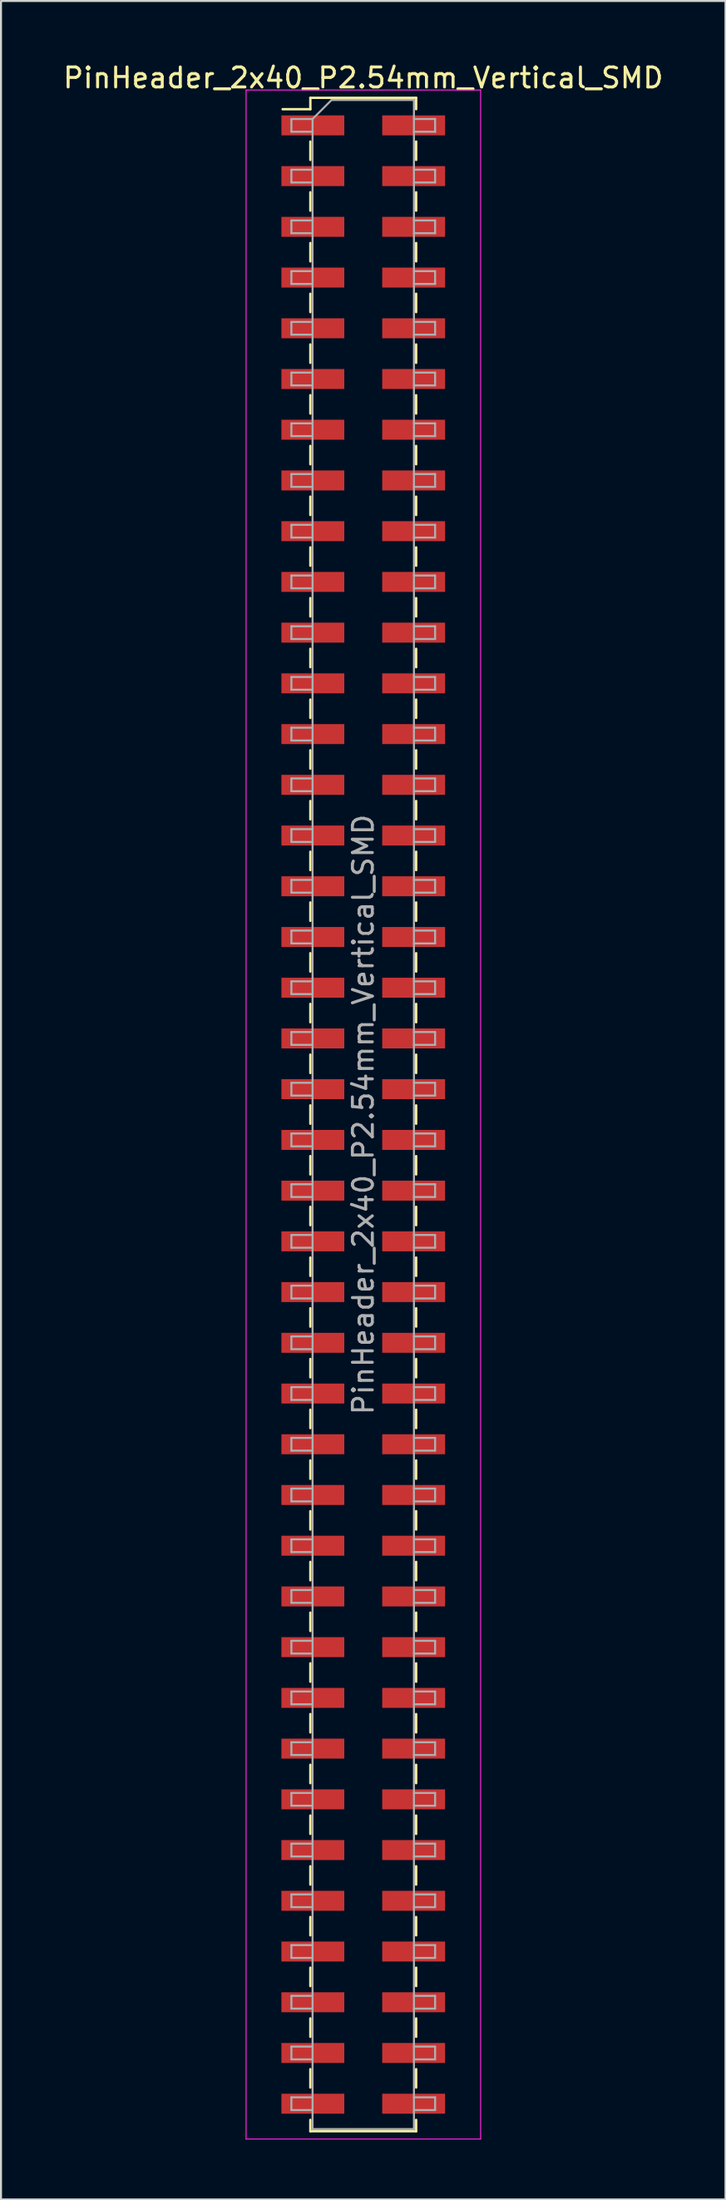
<source format=kicad_pcb>
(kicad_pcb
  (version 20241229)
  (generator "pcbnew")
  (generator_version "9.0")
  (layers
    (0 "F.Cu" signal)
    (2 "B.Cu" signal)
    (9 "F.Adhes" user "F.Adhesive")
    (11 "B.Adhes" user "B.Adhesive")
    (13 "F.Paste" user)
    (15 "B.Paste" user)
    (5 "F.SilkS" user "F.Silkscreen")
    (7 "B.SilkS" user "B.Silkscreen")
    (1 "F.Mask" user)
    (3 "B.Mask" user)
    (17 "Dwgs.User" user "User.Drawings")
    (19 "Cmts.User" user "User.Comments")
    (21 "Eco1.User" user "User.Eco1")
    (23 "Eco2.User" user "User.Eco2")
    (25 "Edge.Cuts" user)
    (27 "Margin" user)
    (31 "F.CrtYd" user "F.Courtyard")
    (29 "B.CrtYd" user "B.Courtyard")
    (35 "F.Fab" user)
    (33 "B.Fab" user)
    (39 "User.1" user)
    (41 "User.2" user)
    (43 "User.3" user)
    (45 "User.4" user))
  (footprint "PinHeader_2x40_P2.54mm_Vertical_SMD"
    (layer "F.Cu")
    (at 15.149 52.758)
    (property "Reference" "PinHeader_2x40_P2.54mm_Vertical_SMD" (at 0 -51.91 0) (layer "F.SilkS") (effects (font (size 1 1) (thickness 0.15))))
    (attr smd)
    (fp_line (start -4.04 -50.34) (end -2.65 -50.34) (stroke (width 0.12) (type solid)) (layer "F.SilkS"))
    (fp_line (start -2.65 -50.91) (end -2.65 -50.34) (stroke (width 0.12) (type solid)) (layer "F.SilkS"))
    (fp_line (start -2.65 -50.91) (end 2.65 -50.91) (stroke (width 0.12) (type solid)) (layer "F.SilkS"))
    (fp_line (start -2.65 -48.72) (end -2.65 -47.8) (stroke (width 0.12) (type solid)) (layer "F.SilkS"))
    (fp_line (start -2.65 -46.18) (end -2.65 -45.26) (stroke (width 0.12) (type solid)) (layer "F.SilkS"))
    (fp_line (start -2.65 -43.64) (end -2.65 -42.72) (stroke (width 0.12) (type solid)) (layer "F.SilkS"))
    (fp_line (start -2.65 -41.1) (end -2.65 -40.18) (stroke (width 0.12) (type solid)) (layer "F.SilkS"))
    (fp_line (start -2.65 -38.56) (end -2.65 -37.64) (stroke (width 0.12) (type solid)) (layer "F.SilkS"))
    (fp_line (start -2.65 -36.02) (end -2.65 -35.1) (stroke (width 0.12) (type solid)) (layer "F.SilkS"))
    (fp_line (start -2.65 -33.48) (end -2.65 -32.56) (stroke (width 0.12) (type solid)) (layer "F.SilkS"))
    (fp_line (start -2.65 -30.94) (end -2.65 -30.02) (stroke (width 0.12) (type solid)) (layer "F.SilkS"))
    (fp_line (start -2.65 -28.4) (end -2.65 -27.48) (stroke (width 0.12) (type solid)) (layer "F.SilkS"))
    (fp_line (start -2.65 -25.86) (end -2.65 -24.94) (stroke (width 0.12) (type solid)) (layer "F.SilkS"))
    (fp_line (start -2.65 -23.32) (end -2.65 -22.4) (stroke (width 0.12) (type solid)) (layer "F.SilkS"))
    (fp_line (start -2.65 -20.78) (end -2.65 -19.86) (stroke (width 0.12) (type solid)) (layer "F.SilkS"))
    (fp_line (start -2.65 -18.24) (end -2.65 -17.32) (stroke (width 0.12) (type solid)) (layer "F.SilkS"))
    (fp_line (start -2.65 -15.7) (end -2.65 -14.78) (stroke (width 0.12) (type solid)) (layer "F.SilkS"))
    (fp_line (start -2.65 -13.16) (end -2.65 -12.24) (stroke (width 0.12) (type solid)) (layer "F.SilkS"))
    (fp_line (start -2.65 -10.62) (end -2.65 -9.7) (stroke (width 0.12) (type solid)) (layer "F.SilkS"))
    (fp_line (start -2.65 -8.08) (end -2.65 -7.16) (stroke (width 0.12) (type solid)) (layer "F.SilkS"))
    (fp_line (start -2.65 -5.54) (end -2.65 -4.62) (stroke (width 0.12) (type solid)) (layer "F.SilkS"))
    (fp_line (start -2.65 -3) (end -2.65 -2.08) (stroke (width 0.12) (type solid)) (layer "F.SilkS"))
    (fp_line (start -2.65 -0.46) (end -2.65 0.46) (stroke (width 0.12) (type solid)) (layer "F.SilkS"))
    (fp_line (start -2.65 2.08) (end -2.65 3) (stroke (width 0.12) (type solid)) (layer "F.SilkS"))
    (fp_line (start -2.65 4.62) (end -2.65 5.54) (stroke (width 0.12) (type solid)) (layer "F.SilkS"))
    (fp_line (start -2.65 7.16) (end -2.65 8.08) (stroke (width 0.12) (type solid)) (layer "F.SilkS"))
    (fp_line (start -2.65 9.7) (end -2.65 10.62) (stroke (width 0.12) (type solid)) (layer "F.SilkS"))
    (fp_line (start -2.65 12.24) (end -2.65 13.16) (stroke (width 0.12) (type solid)) (layer "F.SilkS"))
    (fp_line (start -2.65 14.78) (end -2.65 15.7) (stroke (width 0.12) (type solid)) (layer "F.SilkS"))
    (fp_line (start -2.65 17.32) (end -2.65 18.24) (stroke (width 0.12) (type solid)) (layer "F.SilkS"))
    (fp_line (start -2.65 19.86) (end -2.65 20.78) (stroke (width 0.12) (type solid)) (layer "F.SilkS"))
    (fp_line (start -2.65 22.4) (end -2.65 23.32) (stroke (width 0.12) (type solid)) (layer "F.SilkS"))
    (fp_line (start -2.65 24.94) (end -2.65 25.86) (stroke (width 0.12) (type solid)) (layer "F.SilkS"))
    (fp_line (start -2.65 27.48) (end -2.65 28.4) (stroke (width 0.12) (type solid)) (layer "F.SilkS"))
    (fp_line (start -2.65 30.02) (end -2.65 30.94) (stroke (width 0.12) (type solid)) (layer "F.SilkS"))
    (fp_line (start -2.65 32.56) (end -2.65 33.48) (stroke (width 0.12) (type solid)) (layer "F.SilkS"))
    (fp_line (start -2.65 35.1) (end -2.65 36.02) (stroke (width 0.12) (type solid)) (layer "F.SilkS"))
    (fp_line (start -2.65 37.64) (end -2.65 38.56) (stroke (width 0.12) (type solid)) (layer "F.SilkS"))
    (fp_line (start -2.65 40.18) (end -2.65 41.1) (stroke (width 0.12) (type solid)) (layer "F.SilkS"))
    (fp_line (start -2.65 42.72) (end -2.65 43.64) (stroke (width 0.12) (type solid)) (layer "F.SilkS"))
    (fp_line (start -2.65 45.26) (end -2.65 46.18) (stroke (width 0.12) (type solid)) (layer "F.SilkS"))
    (fp_line (start -2.65 47.8) (end -2.65 48.72) (stroke (width 0.12) (type solid)) (layer "F.SilkS"))
    (fp_line (start -2.65 50.34) (end -2.65 50.91) (stroke (width 0.12) (type solid)) (layer "F.SilkS"))
    (fp_line (start -2.65 50.91) (end 2.65 50.91) (stroke (width 0.12) (type solid)) (layer "F.SilkS"))
    (fp_line (start 2.65 -50.91) (end 2.65 -50.34) (stroke (width 0.12) (type solid)) (layer "F.SilkS"))
    (fp_line (start 2.65 -48.72) (end 2.65 -47.8) (stroke (width 0.12) (type solid)) (layer "F.SilkS"))
    (fp_line (start 2.65 -46.18) (end 2.65 -45.26) (stroke (width 0.12) (type solid)) (layer "F.SilkS"))
    (fp_line (start 2.65 -43.64) (end 2.65 -42.72) (stroke (width 0.12) (type solid)) (layer "F.SilkS"))
    (fp_line (start 2.65 -41.1) (end 2.65 -40.18) (stroke (width 0.12) (type solid)) (layer "F.SilkS"))
    (fp_line (start 2.65 -38.56) (end 2.65 -37.64) (stroke (width 0.12) (type solid)) (layer "F.SilkS"))
    (fp_line (start 2.65 -36.02) (end 2.65 -35.1) (stroke (width 0.12) (type solid)) (layer "F.SilkS"))
    (fp_line (start 2.65 -33.48) (end 2.65 -32.56) (stroke (width 0.12) (type solid)) (layer "F.SilkS"))
    (fp_line (start 2.65 -30.94) (end 2.65 -30.02) (stroke (width 0.12) (type solid)) (layer "F.SilkS"))
    (fp_line (start 2.65 -28.4) (end 2.65 -27.48) (stroke (width 0.12) (type solid)) (layer "F.SilkS"))
    (fp_line (start 2.65 -25.86) (end 2.65 -24.94) (stroke (width 0.12) (type solid)) (layer "F.SilkS"))
    (fp_line (start 2.65 -23.32) (end 2.65 -22.4) (stroke (width 0.12) (type solid)) (layer "F.SilkS"))
    (fp_line (start 2.65 -20.78) (end 2.65 -19.86) (stroke (width 0.12) (type solid)) (layer "F.SilkS"))
    (fp_line (start 2.65 -18.24) (end 2.65 -17.32) (stroke (width 0.12) (type solid)) (layer "F.SilkS"))
    (fp_line (start 2.65 -15.7) (end 2.65 -14.78) (stroke (width 0.12) (type solid)) (layer "F.SilkS"))
    (fp_line (start 2.65 -13.16) (end 2.65 -12.24) (stroke (width 0.12) (type solid)) (layer "F.SilkS"))
    (fp_line (start 2.65 -10.62) (end 2.65 -9.7) (stroke (width 0.12) (type solid)) (layer "F.SilkS"))
    (fp_line (start 2.65 -8.08) (end 2.65 -7.16) (stroke (width 0.12) (type solid)) (layer "F.SilkS"))
    (fp_line (start 2.65 -5.54) (end 2.65 -4.62) (stroke (width 0.12) (type solid)) (layer "F.SilkS"))
    (fp_line (start 2.65 -3) (end 2.65 -2.08) (stroke (width 0.12) (type solid)) (layer "F.SilkS"))
    (fp_line (start 2.65 -0.46) (end 2.65 0.46) (stroke (width 0.12) (type solid)) (layer "F.SilkS"))
    (fp_line (start 2.65 2.08) (end 2.65 3) (stroke (width 0.12) (type solid)) (layer "F.SilkS"))
    (fp_line (start 2.65 4.62) (end 2.65 5.54) (stroke (width 0.12) (type solid)) (layer "F.SilkS"))
    (fp_line (start 2.65 7.16) (end 2.65 8.08) (stroke (width 0.12) (type solid)) (layer "F.SilkS"))
    (fp_line (start 2.65 9.7) (end 2.65 10.62) (stroke (width 0.12) (type solid)) (layer "F.SilkS"))
    (fp_line (start 2.65 12.24) (end 2.65 13.16) (stroke (width 0.12) (type solid)) (layer "F.SilkS"))
    (fp_line (start 2.65 14.78) (end 2.65 15.7) (stroke (width 0.12) (type solid)) (layer "F.SilkS"))
    (fp_line (start 2.65 17.32) (end 2.65 18.24) (stroke (width 0.12) (type solid)) (layer "F.SilkS"))
    (fp_line (start 2.65 19.86) (end 2.65 20.78) (stroke (width 0.12) (type solid)) (layer "F.SilkS"))
    (fp_line (start 2.65 22.4) (end 2.65 23.32) (stroke (width 0.12) (type solid)) (layer "F.SilkS"))
    (fp_line (start 2.65 24.94) (end 2.65 25.86) (stroke (width 0.12) (type solid)) (layer "F.SilkS"))
    (fp_line (start 2.65 27.48) (end 2.65 28.4) (stroke (width 0.12) (type solid)) (layer "F.SilkS"))
    (fp_line (start 2.65 30.02) (end 2.65 30.94) (stroke (width 0.12) (type solid)) (layer "F.SilkS"))
    (fp_line (start 2.65 32.56) (end 2.65 33.48) (stroke (width 0.12) (type solid)) (layer "F.SilkS"))
    (fp_line (start 2.65 35.1) (end 2.65 36.02) (stroke (width 0.12) (type solid)) (layer "F.SilkS"))
    (fp_line (start 2.65 37.64) (end 2.65 38.56) (stroke (width 0.12) (type solid)) (layer "F.SilkS"))
    (fp_line (start 2.65 40.18) (end 2.65 41.1) (stroke (width 0.12) (type solid)) (layer "F.SilkS"))
    (fp_line (start 2.65 42.72) (end 2.65 43.64) (stroke (width 0.12) (type solid)) (layer "F.SilkS"))
    (fp_line (start 2.65 45.26) (end 2.65 46.18) (stroke (width 0.12) (type solid)) (layer "F.SilkS"))
    (fp_line (start 2.65 47.8) (end 2.65 48.72) (stroke (width 0.12) (type solid)) (layer "F.SilkS"))
    (fp_line (start 2.65 50.34) (end 2.65 50.91) (stroke (width 0.12) (type solid)) (layer "F.SilkS"))
    (fp_line (start -5.87 -51.3) (end -5.87 51.3) (stroke (width 0.05) (type solid)) (layer "F.CrtYd"))
    (fp_line (start -5.87 51.3) (end 5.88 51.3) (stroke (width 0.05) (type solid)) (layer "F.CrtYd"))
    (fp_line (start 5.88 -51.3) (end -5.87 -51.3) (stroke (width 0.05) (type solid)) (layer "F.CrtYd"))
    (fp_line (start 5.88 51.3) (end 5.88 -51.3) (stroke (width 0.05) (type solid)) (layer "F.CrtYd"))
    (fp_line (start -3.6 -49.85) (end -3.6 -49.21) (stroke (width 0.1) (type solid)) (layer "F.Fab"))
    (fp_line (start -3.6 -49.21) (end -2.54 -49.21) (stroke (width 0.1) (type solid)) (layer "F.Fab"))
    (fp_line (start -3.6 -47.31) (end -3.6 -46.67) (stroke (width 0.1) (type solid)) (layer "F.Fab"))
    (fp_line (start -3.6 -46.67) (end -2.54 -46.67) (stroke (width 0.1) (type solid)) (layer "F.Fab"))
    (fp_line (start -3.6 -44.77) (end -3.6 -44.13) (stroke (width 0.1) (type solid)) (layer "F.Fab"))
    (fp_line (start -3.6 -44.13) (end -2.54 -44.13) (stroke (width 0.1) (type solid)) (layer "F.Fab"))
    (fp_line (start -3.6 -42.23) (end -3.6 -41.59) (stroke (width 0.1) (type solid)) (layer "F.Fab"))
    (fp_line (start -3.6 -41.59) (end -2.54 -41.59) (stroke (width 0.1) (type solid)) (layer "F.Fab"))
    (fp_line (start -3.6 -39.69) (end -3.6 -39.05) (stroke (width 0.1) (type solid)) (layer "F.Fab"))
    (fp_line (start -3.6 -39.05) (end -2.54 -39.05) (stroke (width 0.1) (type solid)) (layer "F.Fab"))
    (fp_line (start -3.6 -37.15) (end -3.6 -36.51) (stroke (width 0.1) (type solid)) (layer "F.Fab"))
    (fp_line (start -3.6 -36.51) (end -2.54 -36.51) (stroke (width 0.1) (type solid)) (layer "F.Fab"))
    (fp_line (start -3.6 -34.61) (end -3.6 -33.97) (stroke (width 0.1) (type solid)) (layer "F.Fab"))
    (fp_line (start -3.6 -33.97) (end -2.54 -33.97) (stroke (width 0.1) (type solid)) (layer "F.Fab"))
    (fp_line (start -3.6 -32.07) (end -3.6 -31.43) (stroke (width 0.1) (type solid)) (layer "F.Fab"))
    (fp_line (start -3.6 -31.43) (end -2.54 -31.43) (stroke (width 0.1) (type solid)) (layer "F.Fab"))
    (fp_line (start -3.6 -29.53) (end -3.6 -28.89) (stroke (width 0.1) (type solid)) (layer "F.Fab"))
    (fp_line (start -3.6 -28.89) (end -2.54 -28.89) (stroke (width 0.1) (type solid)) (layer "F.Fab"))
    (fp_line (start -3.6 -26.99) (end -3.6 -26.35) (stroke (width 0.1) (type solid)) (layer "F.Fab"))
    (fp_line (start -3.6 -26.35) (end -2.54 -26.35) (stroke (width 0.1) (type solid)) (layer "F.Fab"))
    (fp_line (start -3.6 -24.45) (end -3.6 -23.81) (stroke (width 0.1) (type solid)) (layer "F.Fab"))
    (fp_line (start -3.6 -23.81) (end -2.54 -23.81) (stroke (width 0.1) (type solid)) (layer "F.Fab"))
    (fp_line (start -3.6 -21.91) (end -3.6 -21.27) (stroke (width 0.1) (type solid)) (layer "F.Fab"))
    (fp_line (start -3.6 -21.27) (end -2.54 -21.27) (stroke (width 0.1) (type solid)) (layer "F.Fab"))
    (fp_line (start -3.6 -19.37) (end -3.6 -18.73) (stroke (width 0.1) (type solid)) (layer "F.Fab"))
    (fp_line (start -3.6 -18.73) (end -2.54 -18.73) (stroke (width 0.1) (type solid)) (layer "F.Fab"))
    (fp_line (start -3.6 -16.83) (end -3.6 -16.19) (stroke (width 0.1) (type solid)) (layer "F.Fab"))
    (fp_line (start -3.6 -16.19) (end -2.54 -16.19) (stroke (width 0.1) (type solid)) (layer "F.Fab"))
    (fp_line (start -3.6 -14.29) (end -3.6 -13.65) (stroke (width 0.1) (type solid)) (layer "F.Fab"))
    (fp_line (start -3.6 -13.65) (end -2.54 -13.65) (stroke (width 0.1) (type solid)) (layer "F.Fab"))
    (fp_line (start -3.6 -11.75) (end -3.6 -11.11) (stroke (width 0.1) (type solid)) (layer "F.Fab"))
    (fp_line (start -3.6 -11.11) (end -2.54 -11.11) (stroke (width 0.1) (type solid)) (layer "F.Fab"))
    (fp_line (start -3.6 -9.21) (end -3.6 -8.57) (stroke (width 0.1) (type solid)) (layer "F.Fab"))
    (fp_line (start -3.6 -8.57) (end -2.54 -8.57) (stroke (width 0.1) (type solid)) (layer "F.Fab"))
    (fp_line (start -3.6 -6.67) (end -3.6 -6.03) (stroke (width 0.1) (type solid)) (layer "F.Fab"))
    (fp_line (start -3.6 -6.03) (end -2.54 -6.03) (stroke (width 0.1) (type solid)) (layer "F.Fab"))
    (fp_line (start -3.6 -4.13) (end -3.6 -3.49) (stroke (width 0.1) (type solid)) (layer "F.Fab"))
    (fp_line (start -3.6 -3.49) (end -2.54 -3.49) (stroke (width 0.1) (type solid)) (layer "F.Fab"))
    (fp_line (start -3.6 -1.59) (end -3.6 -0.95) (stroke (width 0.1) (type solid)) (layer "F.Fab"))
    (fp_line (start -3.6 -0.95) (end -2.54 -0.95) (stroke (width 0.1) (type solid)) (layer "F.Fab"))
    (fp_line (start -3.6 0.95) (end -3.6 1.59) (stroke (width 0.1) (type solid)) (layer "F.Fab"))
    (fp_line (start -3.6 1.59) (end -2.54 1.59) (stroke (width 0.1) (type solid)) (layer "F.Fab"))
    (fp_line (start -3.6 3.49) (end -3.6 4.13) (stroke (width 0.1) (type solid)) (layer "F.Fab"))
    (fp_line (start -3.6 4.13) (end -2.54 4.13) (stroke (width 0.1) (type solid)) (layer "F.Fab"))
    (fp_line (start -3.6 6.03) (end -3.6 6.67) (stroke (width 0.1) (type solid)) (layer "F.Fab"))
    (fp_line (start -3.6 6.67) (end -2.54 6.67) (stroke (width 0.1) (type solid)) (layer "F.Fab"))
    (fp_line (start -3.6 8.57) (end -3.6 9.21) (stroke (width 0.1) (type solid)) (layer "F.Fab"))
    (fp_line (start -3.6 9.21) (end -2.54 9.21) (stroke (width 0.1) (type solid)) (layer "F.Fab"))
    (fp_line (start -3.6 11.11) (end -3.6 11.75) (stroke (width 0.1) (type solid)) (layer "F.Fab"))
    (fp_line (start -3.6 11.75) (end -2.54 11.75) (stroke (width 0.1) (type solid)) (layer "F.Fab"))
    (fp_line (start -3.6 13.65) (end -3.6 14.29) (stroke (width 0.1) (type solid)) (layer "F.Fab"))
    (fp_line (start -3.6 14.29) (end -2.54 14.29) (stroke (width 0.1) (type solid)) (layer "F.Fab"))
    (fp_line (start -3.6 16.19) (end -3.6 16.83) (stroke (width 0.1) (type solid)) (layer "F.Fab"))
    (fp_line (start -3.6 16.83) (end -2.54 16.83) (stroke (width 0.1) (type solid)) (layer "F.Fab"))
    (fp_line (start -3.6 18.73) (end -3.6 19.37) (stroke (width 0.1) (type solid)) (layer "F.Fab"))
    (fp_line (start -3.6 19.37) (end -2.54 19.37) (stroke (width 0.1) (type solid)) (layer "F.Fab"))
    (fp_line (start -3.6 21.27) (end -3.6 21.91) (stroke (width 0.1) (type solid)) (layer "F.Fab"))
    (fp_line (start -3.6 21.91) (end -2.54 21.91) (stroke (width 0.1) (type solid)) (layer "F.Fab"))
    (fp_line (start -3.6 23.81) (end -3.6 24.45) (stroke (width 0.1) (type solid)) (layer "F.Fab"))
    (fp_line (start -3.6 24.45) (end -2.54 24.45) (stroke (width 0.1) (type solid)) (layer "F.Fab"))
    (fp_line (start -3.6 26.35) (end -3.6 26.99) (stroke (width 0.1) (type solid)) (layer "F.Fab"))
    (fp_line (start -3.6 26.99) (end -2.54 26.99) (stroke (width 0.1) (type solid)) (layer "F.Fab"))
    (fp_line (start -3.6 28.89) (end -3.6 29.53) (stroke (width 0.1) (type solid)) (layer "F.Fab"))
    (fp_line (start -3.6 29.53) (end -2.54 29.53) (stroke (width 0.1) (type solid)) (layer "F.Fab"))
    (fp_line (start -3.6 31.43) (end -3.6 32.07) (stroke (width 0.1) (type solid)) (layer "F.Fab"))
    (fp_line (start -3.6 32.07) (end -2.54 32.07) (stroke (width 0.1) (type solid)) (layer "F.Fab"))
    (fp_line (start -3.6 33.97) (end -3.6 34.61) (stroke (width 0.1) (type solid)) (layer "F.Fab"))
    (fp_line (start -3.6 34.61) (end -2.54 34.61) (stroke (width 0.1) (type solid)) (layer "F.Fab"))
    (fp_line (start -3.6 36.51) (end -3.6 37.15) (stroke (width 0.1) (type solid)) (layer "F.Fab"))
    (fp_line (start -3.6 37.15) (end -2.54 37.15) (stroke (width 0.1) (type solid)) (layer "F.Fab"))
    (fp_line (start -3.6 39.05) (end -3.6 39.69) (stroke (width 0.1) (type solid)) (layer "F.Fab"))
    (fp_line (start -3.6 39.69) (end -2.54 39.69) (stroke (width 0.1) (type solid)) (layer "F.Fab"))
    (fp_line (start -3.6 41.59) (end -3.6 42.23) (stroke (width 0.1) (type solid)) (layer "F.Fab"))
    (fp_line (start -3.6 42.23) (end -2.54 42.23) (stroke (width 0.1) (type solid)) (layer "F.Fab"))
    (fp_line (start -3.6 44.13) (end -3.6 44.77) (stroke (width 0.1) (type solid)) (layer "F.Fab"))
    (fp_line (start -3.6 44.77) (end -2.54 44.77) (stroke (width 0.1) (type solid)) (layer "F.Fab"))
    (fp_line (start -3.6 46.67) (end -3.6 47.31) (stroke (width 0.1) (type solid)) (layer "F.Fab"))
    (fp_line (start -3.6 47.31) (end -2.54 47.31) (stroke (width 0.1) (type solid)) (layer "F.Fab"))
    (fp_line (start -3.6 49.21) (end -3.6 49.85) (stroke (width 0.1) (type solid)) (layer "F.Fab"))
    (fp_line (start -3.6 49.85) (end -2.54 49.85) (stroke (width 0.1) (type solid)) (layer "F.Fab"))
    (fp_line (start -2.54 -49.85) (end -3.6 -49.85) (stroke (width 0.1) (type solid)) (layer "F.Fab"))
    (fp_line (start -2.54 -49.85) (end -1.59 -50.8) (stroke (width 0.1) (type solid)) (layer "F.Fab"))
    (fp_line (start -2.54 -47.31) (end -3.6 -47.31) (stroke (width 0.1) (type solid)) (layer "F.Fab"))
    (fp_line (start -2.54 -44.77) (end -3.6 -44.77) (stroke (width 0.1) (type solid)) (layer "F.Fab"))
    (fp_line (start -2.54 -42.23) (end -3.6 -42.23) (stroke (width 0.1) (type solid)) (layer "F.Fab"))
    (fp_line (start -2.54 -39.69) (end -3.6 -39.69) (stroke (width 0.1) (type solid)) (layer "F.Fab"))
    (fp_line (start -2.54 -37.15) (end -3.6 -37.15) (stroke (width 0.1) (type solid)) (layer "F.Fab"))
    (fp_line (start -2.54 -34.61) (end -3.6 -34.61) (stroke (width 0.1) (type solid)) (layer "F.Fab"))
    (fp_line (start -2.54 -32.07) (end -3.6 -32.07) (stroke (width 0.1) (type solid)) (layer "F.Fab"))
    (fp_line (start -2.54 -29.53) (end -3.6 -29.53) (stroke (width 0.1) (type solid)) (layer "F.Fab"))
    (fp_line (start -2.54 -26.99) (end -3.6 -26.99) (stroke (width 0.1) (type solid)) (layer "F.Fab"))
    (fp_line (start -2.54 -24.45) (end -3.6 -24.45) (stroke (width 0.1) (type solid)) (layer "F.Fab"))
    (fp_line (start -2.54 -21.91) (end -3.6 -21.91) (stroke (width 0.1) (type solid)) (layer "F.Fab"))
    (fp_line (start -2.54 -19.37) (end -3.6 -19.37) (stroke (width 0.1) (type solid)) (layer "F.Fab"))
    (fp_line (start -2.54 -16.83) (end -3.6 -16.83) (stroke (width 0.1) (type solid)) (layer "F.Fab"))
    (fp_line (start -2.54 -14.29) (end -3.6 -14.29) (stroke (width 0.1) (type solid)) (layer "F.Fab"))
    (fp_line (start -2.54 -11.75) (end -3.6 -11.75) (stroke (width 0.1) (type solid)) (layer "F.Fab"))
    (fp_line (start -2.54 -9.21) (end -3.6 -9.21) (stroke (width 0.1) (type solid)) (layer "F.Fab"))
    (fp_line (start -2.54 -6.67) (end -3.6 -6.67) (stroke (width 0.1) (type solid)) (layer "F.Fab"))
    (fp_line (start -2.54 -4.13) (end -3.6 -4.13) (stroke (width 0.1) (type solid)) (layer "F.Fab"))
    (fp_line (start -2.54 -1.59) (end -3.6 -1.59) (stroke (width 0.1) (type solid)) (layer "F.Fab"))
    (fp_line (start -2.54 0.95) (end -3.6 0.95) (stroke (width 0.1) (type solid)) (layer "F.Fab"))
    (fp_line (start -2.54 3.49) (end -3.6 3.49) (stroke (width 0.1) (type solid)) (layer "F.Fab"))
    (fp_line (start -2.54 6.03) (end -3.6 6.03) (stroke (width 0.1) (type solid)) (layer "F.Fab"))
    (fp_line (start -2.54 8.57) (end -3.6 8.57) (stroke (width 0.1) (type solid)) (layer "F.Fab"))
    (fp_line (start -2.54 11.11) (end -3.6 11.11) (stroke (width 0.1) (type solid)) (layer "F.Fab"))
    (fp_line (start -2.54 13.65) (end -3.6 13.65) (stroke (width 0.1) (type solid)) (layer "F.Fab"))
    (fp_line (start -2.54 16.19) (end -3.6 16.19) (stroke (width 0.1) (type solid)) (layer "F.Fab"))
    (fp_line (start -2.54 18.73) (end -3.6 18.73) (stroke (width 0.1) (type solid)) (layer "F.Fab"))
    (fp_line (start -2.54 21.27) (end -3.6 21.27) (stroke (width 0.1) (type solid)) (layer "F.Fab"))
    (fp_line (start -2.54 23.81) (end -3.6 23.81) (stroke (width 0.1) (type solid)) (layer "F.Fab"))
    (fp_line (start -2.54 26.35) (end -3.6 26.35) (stroke (width 0.1) (type solid)) (layer "F.Fab"))
    (fp_line (start -2.54 28.89) (end -3.6 28.89) (stroke (width 0.1) (type solid)) (layer "F.Fab"))
    (fp_line (start -2.54 31.43) (end -3.6 31.43) (stroke (width 0.1) (type solid)) (layer "F.Fab"))
    (fp_line (start -2.54 33.97) (end -3.6 33.97) (stroke (width 0.1) (type solid)) (layer "F.Fab"))
    (fp_line (start -2.54 36.51) (end -3.6 36.51) (stroke (width 0.1) (type solid)) (layer "F.Fab"))
    (fp_line (start -2.54 39.05) (end -3.6 39.05) (stroke (width 0.1) (type solid)) (layer "F.Fab"))
    (fp_line (start -2.54 41.59) (end -3.6 41.59) (stroke (width 0.1) (type solid)) (layer "F.Fab"))
    (fp_line (start -2.54 44.13) (end -3.6 44.13) (stroke (width 0.1) (type solid)) (layer "F.Fab"))
    (fp_line (start -2.54 46.67) (end -3.6 46.67) (stroke (width 0.1) (type solid)) (layer "F.Fab"))
    (fp_line (start -2.54 49.21) (end -3.6 49.21) (stroke (width 0.1) (type solid)) (layer "F.Fab"))
    (fp_line (start -2.54 50.8) (end -2.54 -49.85) (stroke (width 0.1) (type solid)) (layer "F.Fab"))
    (fp_line (start -1.59 -50.8) (end 2.54 -50.8) (stroke (width 0.1) (type solid)) (layer "F.Fab"))
    (fp_line (start 2.54 -50.8) (end 2.54 50.8) (stroke (width 0.1) (type solid)) (layer "F.Fab"))
    (fp_line (start 2.54 -49.85) (end 3.6 -49.85) (stroke (width 0.1) (type solid)) (layer "F.Fab"))
    (fp_line (start 2.54 -47.31) (end 3.6 -47.31) (stroke (width 0.1) (type solid)) (layer "F.Fab"))
    (fp_line (start 2.54 -44.77) (end 3.6 -44.77) (stroke (width 0.1) (type solid)) (layer "F.Fab"))
    (fp_line (start 2.54 -42.23) (end 3.6 -42.23) (stroke (width 0.1) (type solid)) (layer "F.Fab"))
    (fp_line (start 2.54 -39.69) (end 3.6 -39.69) (stroke (width 0.1) (type solid)) (layer "F.Fab"))
    (fp_line (start 2.54 -37.15) (end 3.6 -37.15) (stroke (width 0.1) (type solid)) (layer "F.Fab"))
    (fp_line (start 2.54 -34.61) (end 3.6 -34.61) (stroke (width 0.1) (type solid)) (layer "F.Fab"))
    (fp_line (start 2.54 -32.07) (end 3.6 -32.07) (stroke (width 0.1) (type solid)) (layer "F.Fab"))
    (fp_line (start 2.54 -29.53) (end 3.6 -29.53) (stroke (width 0.1) (type solid)) (layer "F.Fab"))
    (fp_line (start 2.54 -26.99) (end 3.6 -26.99) (stroke (width 0.1) (type solid)) (layer "F.Fab"))
    (fp_line (start 2.54 -24.45) (end 3.6 -24.45) (stroke (width 0.1) (type solid)) (layer "F.Fab"))
    (fp_line (start 2.54 -21.91) (end 3.6 -21.91) (stroke (width 0.1) (type solid)) (layer "F.Fab"))
    (fp_line (start 2.54 -19.37) (end 3.6 -19.37) (stroke (width 0.1) (type solid)) (layer "F.Fab"))
    (fp_line (start 2.54 -16.83) (end 3.6 -16.83) (stroke (width 0.1) (type solid)) (layer "F.Fab"))
    (fp_line (start 2.54 -14.29) (end 3.6 -14.29) (stroke (width 0.1) (type solid)) (layer "F.Fab"))
    (fp_line (start 2.54 -11.75) (end 3.6 -11.75) (stroke (width 0.1) (type solid)) (layer "F.Fab"))
    (fp_line (start 2.54 -9.21) (end 3.6 -9.21) (stroke (width 0.1) (type solid)) (layer "F.Fab"))
    (fp_line (start 2.54 -6.67) (end 3.6 -6.67) (stroke (width 0.1) (type solid)) (layer "F.Fab"))
    (fp_line (start 2.54 -4.13) (end 3.6 -4.13) (stroke (width 0.1) (type solid)) (layer "F.Fab"))
    (fp_line (start 2.54 -1.59) (end 3.6 -1.59) (stroke (width 0.1) (type solid)) (layer "F.Fab"))
    (fp_line (start 2.54 0.95) (end 3.6 0.95) (stroke (width 0.1) (type solid)) (layer "F.Fab"))
    (fp_line (start 2.54 3.49) (end 3.6 3.49) (stroke (width 0.1) (type solid)) (layer "F.Fab"))
    (fp_line (start 2.54 6.03) (end 3.6 6.03) (stroke (width 0.1) (type solid)) (layer "F.Fab"))
    (fp_line (start 2.54 8.57) (end 3.6 8.57) (stroke (width 0.1) (type solid)) (layer "F.Fab"))
    (fp_line (start 2.54 11.11) (end 3.6 11.11) (stroke (width 0.1) (type solid)) (layer "F.Fab"))
    (fp_line (start 2.54 13.65) (end 3.6 13.65) (stroke (width 0.1) (type solid)) (layer "F.Fab"))
    (fp_line (start 2.54 16.19) (end 3.6 16.19) (stroke (width 0.1) (type solid)) (layer "F.Fab"))
    (fp_line (start 2.54 18.73) (end 3.6 18.73) (stroke (width 0.1) (type solid)) (layer "F.Fab"))
    (fp_line (start 2.54 21.27) (end 3.6 21.27) (stroke (width 0.1) (type solid)) (layer "F.Fab"))
    (fp_line (start 2.54 23.81) (end 3.6 23.81) (stroke (width 0.1) (type solid)) (layer "F.Fab"))
    (fp_line (start 2.54 26.35) (end 3.6 26.35) (stroke (width 0.1) (type solid)) (layer "F.Fab"))
    (fp_line (start 2.54 28.89) (end 3.6 28.89) (stroke (width 0.1) (type solid)) (layer "F.Fab"))
    (fp_line (start 2.54 31.43) (end 3.6 31.43) (stroke (width 0.1) (type solid)) (layer "F.Fab"))
    (fp_line (start 2.54 33.97) (end 3.6 33.97) (stroke (width 0.1) (type solid)) (layer "F.Fab"))
    (fp_line (start 2.54 36.51) (end 3.6 36.51) (stroke (width 0.1) (type solid)) (layer "F.Fab"))
    (fp_line (start 2.54 39.05) (end 3.6 39.05) (stroke (width 0.1) (type solid)) (layer "F.Fab"))
    (fp_line (start 2.54 41.59) (end 3.6 41.59) (stroke (width 0.1) (type solid)) (layer "F.Fab"))
    (fp_line (start 2.54 44.13) (end 3.6 44.13) (stroke (width 0.1) (type solid)) (layer "F.Fab"))
    (fp_line (start 2.54 46.67) (end 3.6 46.67) (stroke (width 0.1) (type solid)) (layer "F.Fab"))
    (fp_line (start 2.54 49.21) (end 3.6 49.21) (stroke (width 0.1) (type solid)) (layer "F.Fab"))
    (fp_line (start 2.54 50.8) (end -2.54 50.8) (stroke (width 0.1) (type solid)) (layer "F.Fab"))
    (fp_line (start 3.6 -49.85) (end 3.6 -49.21) (stroke (width 0.1) (type solid)) (layer "F.Fab"))
    (fp_line (start 3.6 -49.21) (end 2.54 -49.21) (stroke (width 0.1) (type solid)) (layer "F.Fab"))
    (fp_line (start 3.6 -47.31) (end 3.6 -46.67) (stroke (width 0.1) (type solid)) (layer "F.Fab"))
    (fp_line (start 3.6 -46.67) (end 2.54 -46.67) (stroke (width 0.1) (type solid)) (layer "F.Fab"))
    (fp_line (start 3.6 -44.77) (end 3.6 -44.13) (stroke (width 0.1) (type solid)) (layer "F.Fab"))
    (fp_line (start 3.6 -44.13) (end 2.54 -44.13) (stroke (width 0.1) (type solid)) (layer "F.Fab"))
    (fp_line (start 3.6 -42.23) (end 3.6 -41.59) (stroke (width 0.1) (type solid)) (layer "F.Fab"))
    (fp_line (start 3.6 -41.59) (end 2.54 -41.59) (stroke (width 0.1) (type solid)) (layer "F.Fab"))
    (fp_line (start 3.6 -39.69) (end 3.6 -39.05) (stroke (width 0.1) (type solid)) (layer "F.Fab"))
    (fp_line (start 3.6 -39.05) (end 2.54 -39.05) (stroke (width 0.1) (type solid)) (layer "F.Fab"))
    (fp_line (start 3.6 -37.15) (end 3.6 -36.51) (stroke (width 0.1) (type solid)) (layer "F.Fab"))
    (fp_line (start 3.6 -36.51) (end 2.54 -36.51) (stroke (width 0.1) (type solid)) (layer "F.Fab"))
    (fp_line (start 3.6 -34.61) (end 3.6 -33.97) (stroke (width 0.1) (type solid)) (layer "F.Fab"))
    (fp_line (start 3.6 -33.97) (end 2.54 -33.97) (stroke (width 0.1) (type solid)) (layer "F.Fab"))
    (fp_line (start 3.6 -32.07) (end 3.6 -31.43) (stroke (width 0.1) (type solid)) (layer "F.Fab"))
    (fp_line (start 3.6 -31.43) (end 2.54 -31.43) (stroke (width 0.1) (type solid)) (layer "F.Fab"))
    (fp_line (start 3.6 -29.53) (end 3.6 -28.89) (stroke (width 0.1) (type solid)) (layer "F.Fab"))
    (fp_line (start 3.6 -28.89) (end 2.54 -28.89) (stroke (width 0.1) (type solid)) (layer "F.Fab"))
    (fp_line (start 3.6 -26.99) (end 3.6 -26.35) (stroke (width 0.1) (type solid)) (layer "F.Fab"))
    (fp_line (start 3.6 -26.35) (end 2.54 -26.35) (stroke (width 0.1) (type solid)) (layer "F.Fab"))
    (fp_line (start 3.6 -24.45) (end 3.6 -23.81) (stroke (width 0.1) (type solid)) (layer "F.Fab"))
    (fp_line (start 3.6 -23.81) (end 2.54 -23.81) (stroke (width 0.1) (type solid)) (layer "F.Fab"))
    (fp_line (start 3.6 -21.91) (end 3.6 -21.27) (stroke (width 0.1) (type solid)) (layer "F.Fab"))
    (fp_line (start 3.6 -21.27) (end 2.54 -21.27) (stroke (width 0.1) (type solid)) (layer "F.Fab"))
    (fp_line (start 3.6 -19.37) (end 3.6 -18.73) (stroke (width 0.1) (type solid)) (layer "F.Fab"))
    (fp_line (start 3.6 -18.73) (end 2.54 -18.73) (stroke (width 0.1) (type solid)) (layer "F.Fab"))
    (fp_line (start 3.6 -16.83) (end 3.6 -16.19) (stroke (width 0.1) (type solid)) (layer "F.Fab"))
    (fp_line (start 3.6 -16.19) (end 2.54 -16.19) (stroke (width 0.1) (type solid)) (layer "F.Fab"))
    (fp_line (start 3.6 -14.29) (end 3.6 -13.65) (stroke (width 0.1) (type solid)) (layer "F.Fab"))
    (fp_line (start 3.6 -13.65) (end 2.54 -13.65) (stroke (width 0.1) (type solid)) (layer "F.Fab"))
    (fp_line (start 3.6 -11.75) (end 3.6 -11.11) (stroke (width 0.1) (type solid)) (layer "F.Fab"))
    (fp_line (start 3.6 -11.11) (end 2.54 -11.11) (stroke (width 0.1) (type solid)) (layer "F.Fab"))
    (fp_line (start 3.6 -9.21) (end 3.6 -8.57) (stroke (width 0.1) (type solid)) (layer "F.Fab"))
    (fp_line (start 3.6 -8.57) (end 2.54 -8.57) (stroke (width 0.1) (type solid)) (layer "F.Fab"))
    (fp_line (start 3.6 -6.67) (end 3.6 -6.03) (stroke (width 0.1) (type solid)) (layer "F.Fab"))
    (fp_line (start 3.6 -6.03) (end 2.54 -6.03) (stroke (width 0.1) (type solid)) (layer "F.Fab"))
    (fp_line (start 3.6 -4.13) (end 3.6 -3.49) (stroke (width 0.1) (type solid)) (layer "F.Fab"))
    (fp_line (start 3.6 -3.49) (end 2.54 -3.49) (stroke (width 0.1) (type solid)) (layer "F.Fab"))
    (fp_line (start 3.6 -1.59) (end 3.6 -0.95) (stroke (width 0.1) (type solid)) (layer "F.Fab"))
    (fp_line (start 3.6 -0.95) (end 2.54 -0.95) (stroke (width 0.1) (type solid)) (layer "F.Fab"))
    (fp_line (start 3.6 0.95) (end 3.6 1.59) (stroke (width 0.1) (type solid)) (layer "F.Fab"))
    (fp_line (start 3.6 1.59) (end 2.54 1.59) (stroke (width 0.1) (type solid)) (layer "F.Fab"))
    (fp_line (start 3.6 3.49) (end 3.6 4.13) (stroke (width 0.1) (type solid)) (layer "F.Fab"))
    (fp_line (start 3.6 4.13) (end 2.54 4.13) (stroke (width 0.1) (type solid)) (layer "F.Fab"))
    (fp_line (start 3.6 6.03) (end 3.6 6.67) (stroke (width 0.1) (type solid)) (layer "F.Fab"))
    (fp_line (start 3.6 6.67) (end 2.54 6.67) (stroke (width 0.1) (type solid)) (layer "F.Fab"))
    (fp_line (start 3.6 8.57) (end 3.6 9.21) (stroke (width 0.1) (type solid)) (layer "F.Fab"))
    (fp_line (start 3.6 9.21) (end 2.54 9.21) (stroke (width 0.1) (type solid)) (layer "F.Fab"))
    (fp_line (start 3.6 11.11) (end 3.6 11.75) (stroke (width 0.1) (type solid)) (layer "F.Fab"))
    (fp_line (start 3.6 11.75) (end 2.54 11.75) (stroke (width 0.1) (type solid)) (layer "F.Fab"))
    (fp_line (start 3.6 13.65) (end 3.6 14.29) (stroke (width 0.1) (type solid)) (layer "F.Fab"))
    (fp_line (start 3.6 14.29) (end 2.54 14.29) (stroke (width 0.1) (type solid)) (layer "F.Fab"))
    (fp_line (start 3.6 16.19) (end 3.6 16.83) (stroke (width 0.1) (type solid)) (layer "F.Fab"))
    (fp_line (start 3.6 16.83) (end 2.54 16.83) (stroke (width 0.1) (type solid)) (layer "F.Fab"))
    (fp_line (start 3.6 18.73) (end 3.6 19.37) (stroke (width 0.1) (type solid)) (layer "F.Fab"))
    (fp_line (start 3.6 19.37) (end 2.54 19.37) (stroke (width 0.1) (type solid)) (layer "F.Fab"))
    (fp_line (start 3.6 21.27) (end 3.6 21.91) (stroke (width 0.1) (type solid)) (layer "F.Fab"))
    (fp_line (start 3.6 21.91) (end 2.54 21.91) (stroke (width 0.1) (type solid)) (layer "F.Fab"))
    (fp_line (start 3.6 23.81) (end 3.6 24.45) (stroke (width 0.1) (type solid)) (layer "F.Fab"))
    (fp_line (start 3.6 24.45) (end 2.54 24.45) (stroke (width 0.1) (type solid)) (layer "F.Fab"))
    (fp_line (start 3.6 26.35) (end 3.6 26.99) (stroke (width 0.1) (type solid)) (layer "F.Fab"))
    (fp_line (start 3.6 26.99) (end 2.54 26.99) (stroke (width 0.1) (type solid)) (layer "F.Fab"))
    (fp_line (start 3.6 28.89) (end 3.6 29.53) (stroke (width 0.1) (type solid)) (layer "F.Fab"))
    (fp_line (start 3.6 29.53) (end 2.54 29.53) (stroke (width 0.1) (type solid)) (layer "F.Fab"))
    (fp_line (start 3.6 31.43) (end 3.6 32.07) (stroke (width 0.1) (type solid)) (layer "F.Fab"))
    (fp_line (start 3.6 32.07) (end 2.54 32.07) (stroke (width 0.1) (type solid)) (layer "F.Fab"))
    (fp_line (start 3.6 33.97) (end 3.6 34.61) (stroke (width 0.1) (type solid)) (layer "F.Fab"))
    (fp_line (start 3.6 34.61) (end 2.54 34.61) (stroke (width 0.1) (type solid)) (layer "F.Fab"))
    (fp_line (start 3.6 36.51) (end 3.6 37.15) (stroke (width 0.1) (type solid)) (layer "F.Fab"))
    (fp_line (start 3.6 37.15) (end 2.54 37.15) (stroke (width 0.1) (type solid)) (layer "F.Fab"))
    (fp_line (start 3.6 39.05) (end 3.6 39.69) (stroke (width 0.1) (type solid)) (layer "F.Fab"))
    (fp_line (start 3.6 39.69) (end 2.54 39.69) (stroke (width 0.1) (type solid)) (layer "F.Fab"))
    (fp_line (start 3.6 41.59) (end 3.6 42.23) (stroke (width 0.1) (type solid)) (layer "F.Fab"))
    (fp_line (start 3.6 42.23) (end 2.54 42.23) (stroke (width 0.1) (type solid)) (layer "F.Fab"))
    (fp_line (start 3.6 44.13) (end 3.6 44.77) (stroke (width 0.1) (type solid)) (layer "F.Fab"))
    (fp_line (start 3.6 44.77) (end 2.54 44.77) (stroke (width 0.1) (type solid)) (layer "F.Fab"))
    (fp_line (start 3.6 46.67) (end 3.6 47.31) (stroke (width 0.1) (type solid)) (layer "F.Fab"))
    (fp_line (start 3.6 47.31) (end 2.54 47.31) (stroke (width 0.1) (type solid)) (layer "F.Fab"))
    (fp_line (start 3.6 49.21) (end 3.6 49.85) (stroke (width 0.1) (type solid)) (layer "F.Fab"))
    (fp_line (start 3.6 49.85) (end 2.54 49.85) (stroke (width 0.1) (type solid)) (layer "F.Fab"))
    (fp_text user "${REFERENCE}" (at 0 0 90) (layer "F.Fab") (effects (font (size 1 1) (thickness 0.15))))
    (pad "1" smd rect (at -2.525 -49.53) (size 3.15 1) (layers "F.Cu" "F.Mask" "F.Paste"))
    (pad "2" smd rect (at 2.525 -49.53) (size 3.15 1) (layers "F.Cu" "F.Mask" "F.Paste"))
    (pad "3" smd rect (at -2.525 -46.99) (size 3.15 1) (layers "F.Cu" "F.Mask" "F.Paste"))
    (pad "4" smd rect (at 2.525 -46.99) (size 3.15 1) (layers "F.Cu" "F.Mask" "F.Paste"))
    (pad "5" smd rect (at -2.525 -44.45) (size 3.15 1) (layers "F.Cu" "F.Mask" "F.Paste"))
    (pad "6" smd rect (at 2.525 -44.45) (size 3.15 1) (layers "F.Cu" "F.Mask" "F.Paste"))
    (pad "7" smd rect (at -2.525 -41.91) (size 3.15 1) (layers "F.Cu" "F.Mask" "F.Paste"))
    (pad "8" smd rect (at 2.525 -41.91) (size 3.15 1) (layers "F.Cu" "F.Mask" "F.Paste"))
    (pad "9" smd rect (at -2.525 -39.37) (size 3.15 1) (layers "F.Cu" "F.Mask" "F.Paste"))
    (pad "10" smd rect (at 2.525 -39.37) (size 3.15 1) (layers "F.Cu" "F.Mask" "F.Paste"))
    (pad "11" smd rect (at -2.525 -36.83) (size 3.15 1) (layers "F.Cu" "F.Mask" "F.Paste"))
    (pad "12" smd rect (at 2.525 -36.83) (size 3.15 1) (layers "F.Cu" "F.Mask" "F.Paste"))
    (pad "13" smd rect (at -2.525 -34.29) (size 3.15 1) (layers "F.Cu" "F.Mask" "F.Paste"))
    (pad "14" smd rect (at 2.525 -34.29) (size 3.15 1) (layers "F.Cu" "F.Mask" "F.Paste"))
    (pad "15" smd rect (at -2.525 -31.75) (size 3.15 1) (layers "F.Cu" "F.Mask" "F.Paste"))
    (pad "16" smd rect (at 2.525 -31.75) (size 3.15 1) (layers "F.Cu" "F.Mask" "F.Paste"))
    (pad "17" smd rect (at -2.525 -29.21) (size 3.15 1) (layers "F.Cu" "F.Mask" "F.Paste"))
    (pad "18" smd rect (at 2.525 -29.21) (size 3.15 1) (layers "F.Cu" "F.Mask" "F.Paste"))
    (pad "19" smd rect (at -2.525 -26.67) (size 3.15 1) (layers "F.Cu" "F.Mask" "F.Paste"))
    (pad "20" smd rect (at 2.525 -26.67) (size 3.15 1) (layers "F.Cu" "F.Mask" "F.Paste"))
    (pad "21" smd rect (at -2.525 -24.13) (size 3.15 1) (layers "F.Cu" "F.Mask" "F.Paste"))
    (pad "22" smd rect (at 2.525 -24.13) (size 3.15 1) (layers "F.Cu" "F.Mask" "F.Paste"))
    (pad "23" smd rect (at -2.525 -21.59) (size 3.15 1) (layers "F.Cu" "F.Mask" "F.Paste"))
    (pad "24" smd rect (at 2.525 -21.59) (size 3.15 1) (layers "F.Cu" "F.Mask" "F.Paste"))
    (pad "25" smd rect (at -2.525 -19.05) (size 3.15 1) (layers "F.Cu" "F.Mask" "F.Paste"))
    (pad "26" smd rect (at 2.525 -19.05) (size 3.15 1) (layers "F.Cu" "F.Mask" "F.Paste"))
    (pad "27" smd rect (at -2.525 -16.51) (size 3.15 1) (layers "F.Cu" "F.Mask" "F.Paste"))
    (pad "28" smd rect (at 2.525 -16.51) (size 3.15 1) (layers "F.Cu" "F.Mask" "F.Paste"))
    (pad "29" smd rect (at -2.525 -13.97) (size 3.15 1) (layers "F.Cu" "F.Mask" "F.Paste"))
    (pad "30" smd rect (at 2.525 -13.97) (size 3.15 1) (layers "F.Cu" "F.Mask" "F.Paste"))
    (pad "31" smd rect (at -2.525 -11.43) (size 3.15 1) (layers "F.Cu" "F.Mask" "F.Paste"))
    (pad "32" smd rect (at 2.525 -11.43) (size 3.15 1) (layers "F.Cu" "F.Mask" "F.Paste"))
    (pad "33" smd rect (at -2.525 -8.89) (size 3.15 1) (layers "F.Cu" "F.Mask" "F.Paste"))
    (pad "34" smd rect (at 2.525 -8.89) (size 3.15 1) (layers "F.Cu" "F.Mask" "F.Paste"))
    (pad "35" smd rect (at -2.525 -6.35) (size 3.15 1) (layers "F.Cu" "F.Mask" "F.Paste"))
    (pad "36" smd rect (at 2.525 -6.35) (size 3.15 1) (layers "F.Cu" "F.Mask" "F.Paste"))
    (pad "37" smd rect (at -2.525 -3.81) (size 3.15 1) (layers "F.Cu" "F.Mask" "F.Paste"))
    (pad "38" smd rect (at 2.525 -3.81) (size 3.15 1) (layers "F.Cu" "F.Mask" "F.Paste"))
    (pad "39" smd rect (at -2.525 -1.27) (size 3.15 1) (layers "F.Cu" "F.Mask" "F.Paste"))
    (pad "40" smd rect (at 2.525 -1.27) (size 3.15 1) (layers "F.Cu" "F.Mask" "F.Paste"))
    (pad "41" smd rect (at -2.525 1.27) (size 3.15 1) (layers "F.Cu" "F.Mask" "F.Paste"))
    (pad "42" smd rect (at 2.525 1.27) (size 3.15 1) (layers "F.Cu" "F.Mask" "F.Paste"))
    (pad "43" smd rect (at -2.525 3.81) (size 3.15 1) (layers "F.Cu" "F.Mask" "F.Paste"))
    (pad "44" smd rect (at 2.525 3.81) (size 3.15 1) (layers "F.Cu" "F.Mask" "F.Paste"))
    (pad "45" smd rect (at -2.525 6.35) (size 3.15 1) (layers "F.Cu" "F.Mask" "F.Paste"))
    (pad "46" smd rect (at 2.525 6.35) (size 3.15 1) (layers "F.Cu" "F.Mask" "F.Paste"))
    (pad "47" smd rect (at -2.525 8.89) (size 3.15 1) (layers "F.Cu" "F.Mask" "F.Paste"))
    (pad "48" smd rect (at 2.525 8.89) (size 3.15 1) (layers "F.Cu" "F.Mask" "F.Paste"))
    (pad "49" smd rect (at -2.525 11.43) (size 3.15 1) (layers "F.Cu" "F.Mask" "F.Paste"))
    (pad "50" smd rect (at 2.525 11.43) (size 3.15 1) (layers "F.Cu" "F.Mask" "F.Paste"))
    (pad "51" smd rect (at -2.525 13.97) (size 3.15 1) (layers "F.Cu" "F.Mask" "F.Paste"))
    (pad "52" smd rect (at 2.525 13.97) (size 3.15 1) (layers "F.Cu" "F.Mask" "F.Paste"))
    (pad "53" smd rect (at -2.525 16.51) (size 3.15 1) (layers "F.Cu" "F.Mask" "F.Paste"))
    (pad "54" smd rect (at 2.525 16.51) (size 3.15 1) (layers "F.Cu" "F.Mask" "F.Paste"))
    (pad "55" smd rect (at -2.525 19.05) (size 3.15 1) (layers "F.Cu" "F.Mask" "F.Paste"))
    (pad "56" smd rect (at 2.525 19.05) (size 3.15 1) (layers "F.Cu" "F.Mask" "F.Paste"))
    (pad "57" smd rect (at -2.525 21.59) (size 3.15 1) (layers "F.Cu" "F.Mask" "F.Paste"))
    (pad "58" smd rect (at 2.525 21.59) (size 3.15 1) (layers "F.Cu" "F.Mask" "F.Paste"))
    (pad "59" smd rect (at -2.525 24.13) (size 3.15 1) (layers "F.Cu" "F.Mask" "F.Paste"))
    (pad "60" smd rect (at 2.525 24.13) (size 3.15 1) (layers "F.Cu" "F.Mask" "F.Paste"))
    (pad "61" smd rect (at -2.525 26.67) (size 3.15 1) (layers "F.Cu" "F.Mask" "F.Paste"))
    (pad "62" smd rect (at 2.525 26.67) (size 3.15 1) (layers "F.Cu" "F.Mask" "F.Paste"))
    (pad "63" smd rect (at -2.525 29.21) (size 3.15 1) (layers "F.Cu" "F.Mask" "F.Paste"))
    (pad "64" smd rect (at 2.525 29.21) (size 3.15 1) (layers "F.Cu" "F.Mask" "F.Paste"))
    (pad "65" smd rect (at -2.525 31.75) (size 3.15 1) (layers "F.Cu" "F.Mask" "F.Paste"))
    (pad "66" smd rect (at 2.525 31.75) (size 3.15 1) (layers "F.Cu" "F.Mask" "F.Paste"))
    (pad "67" smd rect (at -2.525 34.29) (size 3.15 1) (layers "F.Cu" "F.Mask" "F.Paste"))
    (pad "68" smd rect (at 2.525 34.29) (size 3.15 1) (layers "F.Cu" "F.Mask" "F.Paste"))
    (pad "69" smd rect (at -2.525 36.83) (size 3.15 1) (layers "F.Cu" "F.Mask" "F.Paste"))
    (pad "70" smd rect (at 2.525 36.83) (size 3.15 1) (layers "F.Cu" "F.Mask" "F.Paste"))
    (pad "71" smd rect (at -2.525 39.37) (size 3.15 1) (layers "F.Cu" "F.Mask" "F.Paste"))
    (pad "72" smd rect (at 2.525 39.37) (size 3.15 1) (layers "F.Cu" "F.Mask" "F.Paste"))
    (pad "73" smd rect (at -2.525 41.91) (size 3.15 1) (layers "F.Cu" "F.Mask" "F.Paste"))
    (pad "74" smd rect (at 2.525 41.91) (size 3.15 1) (layers "F.Cu" "F.Mask" "F.Paste"))
    (pad "75" smd rect (at -2.525 44.45) (size 3.15 1) (layers "F.Cu" "F.Mask" "F.Paste"))
    (pad "76" smd rect (at 2.525 44.45) (size 3.15 1) (layers "F.Cu" "F.Mask" "F.Paste"))
    (pad "77" smd rect (at -2.525 46.99) (size 3.15 1) (layers "F.Cu" "F.Mask" "F.Paste"))
    (pad "78" smd rect (at 2.525 46.99) (size 3.15 1) (layers "F.Cu" "F.Mask" "F.Paste"))
    (pad "79" smd rect (at -2.525 49.53) (size 3.15 1) (layers "F.Cu" "F.Mask" "F.Paste"))
    (pad "80" smd rect (at 2.525 49.53) (size 3.15 1) (layers "F.Cu" "F.Mask" "F.Paste")))
  (gr_rect
    (start -3 -3)
    (end 33.298 107.083)
    (stroke (width 0.1) (type default))
    (fill no)
    (layer "Edge.Cuts")))
</source>
